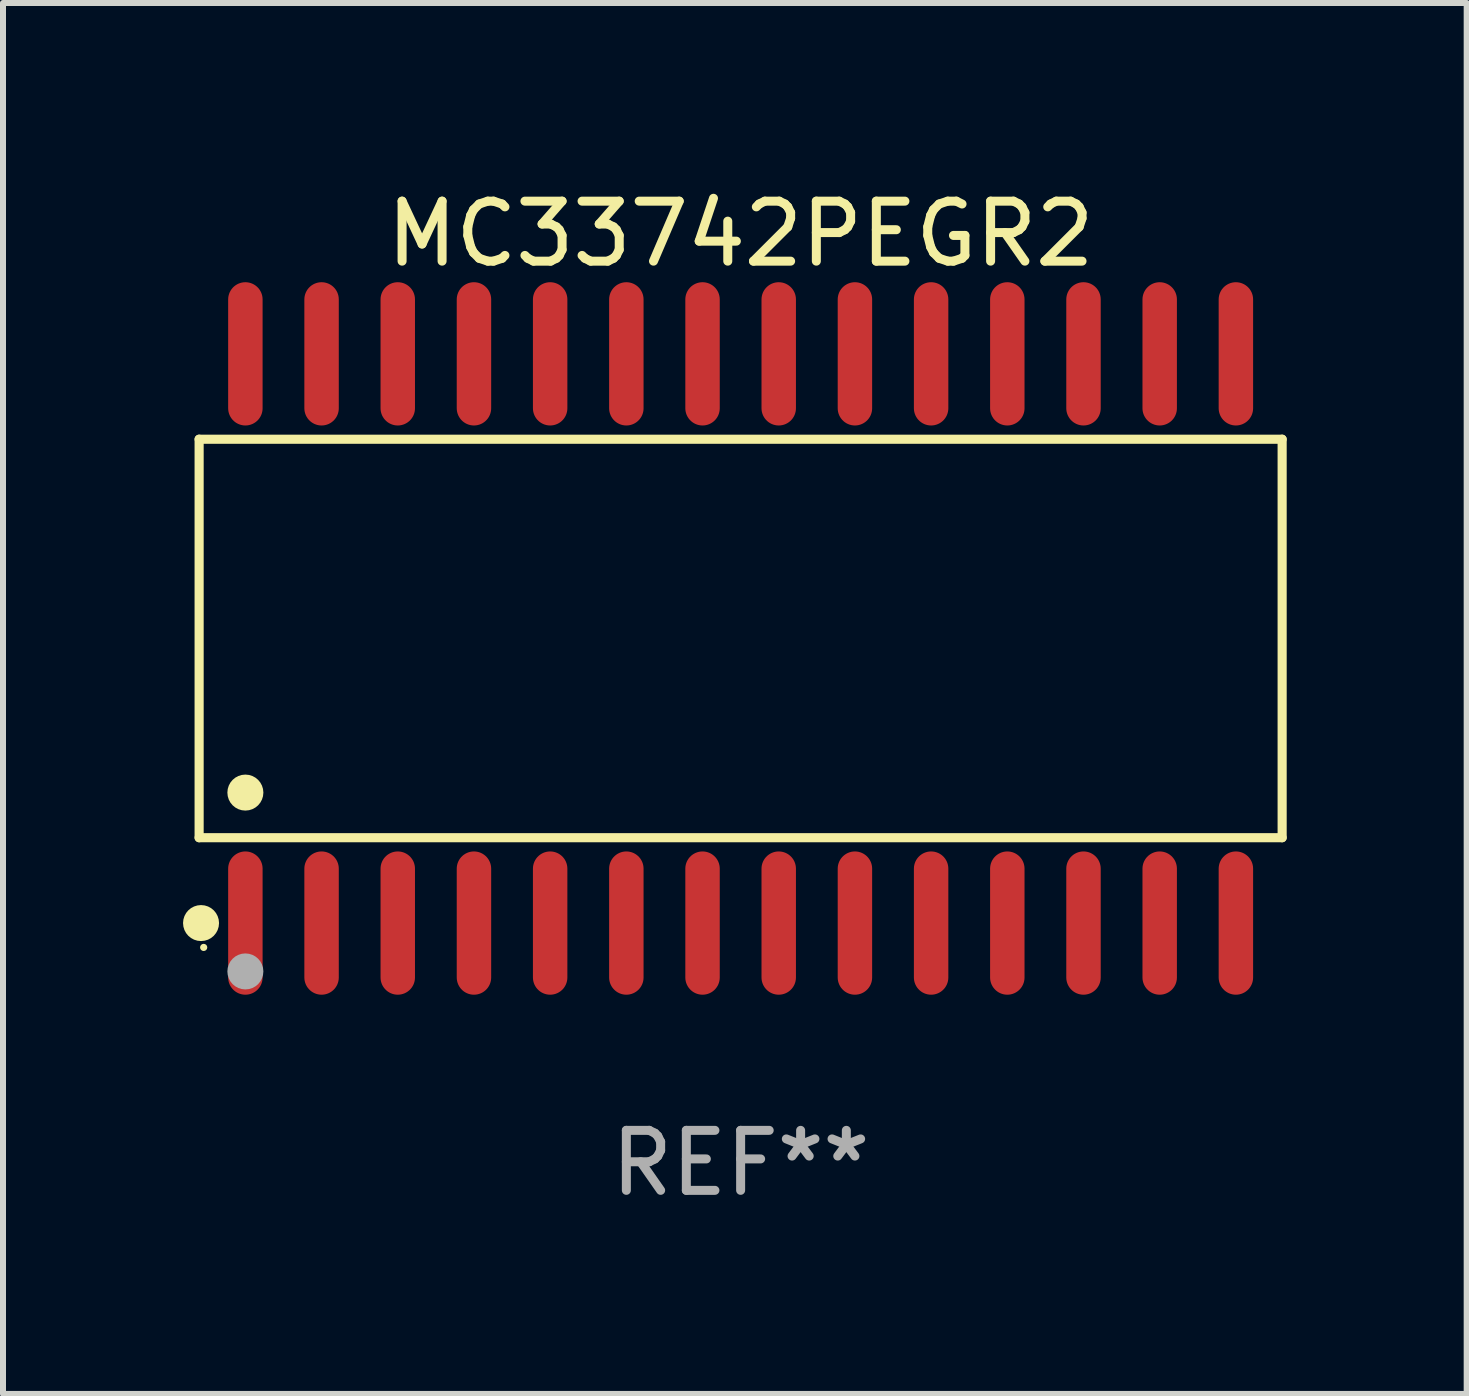
<source format=kicad_pcb>
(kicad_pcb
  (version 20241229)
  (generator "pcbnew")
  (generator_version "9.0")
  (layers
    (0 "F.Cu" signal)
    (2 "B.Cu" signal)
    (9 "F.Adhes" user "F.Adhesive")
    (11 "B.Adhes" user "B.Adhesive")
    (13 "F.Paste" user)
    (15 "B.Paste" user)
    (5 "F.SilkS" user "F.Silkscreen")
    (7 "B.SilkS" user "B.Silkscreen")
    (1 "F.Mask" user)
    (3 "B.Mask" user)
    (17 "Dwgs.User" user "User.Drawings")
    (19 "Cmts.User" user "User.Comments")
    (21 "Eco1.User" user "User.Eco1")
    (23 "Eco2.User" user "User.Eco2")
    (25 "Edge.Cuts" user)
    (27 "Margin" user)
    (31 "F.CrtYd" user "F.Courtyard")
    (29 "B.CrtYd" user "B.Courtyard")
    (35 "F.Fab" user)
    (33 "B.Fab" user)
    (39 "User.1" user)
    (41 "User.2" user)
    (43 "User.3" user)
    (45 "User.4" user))
  (footprint "MC33742PEGR2"
    (layer "F.Cu")
    (at 9.295 7.592)
    (property "Reference" "MC33742PEGR2" (at 0 -6.744 0) (layer "F.SilkS") (effects (font (size 1 1) (thickness 0.15))))
    (attr through_hole)
    (fp_line (start -9.026 -3.321) (end 9.026 -3.321) (stroke (width 0.152) (type solid)) (layer "F.SilkS"))
    (fp_line (start -9.026 3.321) (end -9.026 -3.321) (stroke (width 0.152) (type solid)) (layer "F.SilkS"))
    (fp_line (start 9.026 -3.321) (end 9.026 3.321) (stroke (width 0.152) (type solid)) (layer "F.SilkS"))
    (fp_line (start 9.026 3.321) (end -9.026 3.321) (stroke (width 0.152) (type solid)) (layer "F.SilkS"))
    (fp_circle (center -8.994 4.744) (end -8.844 4.744) (stroke (width 0.3) (type solid)) (fill no) (layer "F.SilkS"))
    (fp_circle (center -8.95 5.15) (end -8.92 5.15) (stroke (width 0.06) (type solid)) (fill no) (layer "F.SilkS"))
    (fp_circle (center -8.255 2.569) (end -8.105 2.569) (stroke (width 0.3) (type solid)) (fill no) (layer "F.SilkS"))
    (fp_circle (center -8.255 5.55) (end -8.105 5.55) (stroke (width 0.3) (type solid)) (fill no) (layer "F.Fab"))
    (fp_text user "REF**" (at 0 8.744 0) (layer "F.Fab") (effects (font (size 1 1) (thickness 0.15))))
    (pad "1" smd oval (at -8.255 4.744) (size 0.574 2.388) (layers "F.Cu" "F.Mask" "F.Paste"))
    (pad "2" smd oval (at -6.985 4.744) (size 0.574 2.388) (layers "F.Cu" "F.Mask" "F.Paste"))
    (pad "3" smd oval (at -5.715 4.744) (size 0.574 2.388) (layers "F.Cu" "F.Mask" "F.Paste"))
    (pad "4" smd oval (at -4.445 4.744) (size 0.574 2.388) (layers "F.Cu" "F.Mask" "F.Paste"))
    (pad "5" smd oval (at -3.175 4.744) (size 0.574 2.388) (layers "F.Cu" "F.Mask" "F.Paste"))
    (pad "6" smd oval (at -1.905 4.744) (size 0.574 2.388) (layers "F.Cu" "F.Mask" "F.Paste"))
    (pad "7" smd oval (at -0.635 4.744) (size 0.574 2.388) (layers "F.Cu" "F.Mask" "F.Paste"))
    (pad "8" smd oval (at 0.635 4.744) (size 0.574 2.388) (layers "F.Cu" "F.Mask" "F.Paste"))
    (pad "9" smd oval (at 1.905 4.744) (size 0.574 2.388) (layers "F.Cu" "F.Mask" "F.Paste"))
    (pad "10" smd oval (at 3.175 4.744) (size 0.574 2.388) (layers "F.Cu" "F.Mask" "F.Paste"))
    (pad "11" smd oval (at 4.445 4.744) (size 0.574 2.388) (layers "F.Cu" "F.Mask" "F.Paste"))
    (pad "12" smd oval (at 5.715 4.744) (size 0.574 2.388) (layers "F.Cu" "F.Mask" "F.Paste"))
    (pad "13" smd oval (at 6.985 4.744) (size 0.574 2.388) (layers "F.Cu" "F.Mask" "F.Paste"))
    (pad "14" smd oval (at 8.255 4.744) (size 0.574 2.388) (layers "F.Cu" "F.Mask" "F.Paste"))
    (pad "15" smd oval (at 8.255 -4.744) (size 0.574 2.388) (layers "F.Cu" "F.Mask" "F.Paste"))
    (pad "16" smd oval (at 6.985 -4.744) (size 0.574 2.388) (layers "F.Cu" "F.Mask" "F.Paste"))
    (pad "17" smd oval (at 5.715 -4.744) (size 0.574 2.388) (layers "F.Cu" "F.Mask" "F.Paste"))
    (pad "18" smd oval (at 4.445 -4.744) (size 0.574 2.388) (layers "F.Cu" "F.Mask" "F.Paste"))
    (pad "19" smd oval (at 3.175 -4.744) (size 0.574 2.388) (layers "F.Cu" "F.Mask" "F.Paste"))
    (pad "20" smd oval (at 1.905 -4.744) (size 0.574 2.388) (layers "F.Cu" "F.Mask" "F.Paste"))
    (pad "21" smd oval (at 0.635 -4.744) (size 0.574 2.388) (layers "F.Cu" "F.Mask" "F.Paste"))
    (pad "22" smd oval (at -0.635 -4.744) (size 0.574 2.388) (layers "F.Cu" "F.Mask" "F.Paste"))
    (pad "23" smd oval (at -1.905 -4.744) (size 0.574 2.388) (layers "F.Cu" "F.Mask" "F.Paste"))
    (pad "24" smd oval (at -3.175 -4.744) (size 0.574 2.388) (layers "F.Cu" "F.Mask" "F.Paste"))
    (pad "25" smd oval (at -4.445 -4.744) (size 0.574 2.388) (layers "F.Cu" "F.Mask" "F.Paste"))
    (pad "26" smd oval (at -5.715 -4.744) (size 0.574 2.388) (layers "F.Cu" "F.Mask" "F.Paste"))
    (pad "27" smd oval (at -6.985 -4.744) (size 0.574 2.388) (layers "F.Cu" "F.Mask" "F.Paste"))
    (pad "28" smd oval (at -8.255 -4.744) (size 0.574 2.388) (layers "F.Cu" "F.Mask" "F.Paste")))
  (gr_rect
    (start -3 -3)
    (end 21.397 20.184)
    (stroke (width 0.1) (type default))
    (fill no)
    (layer "Edge.Cuts")))
</source>
